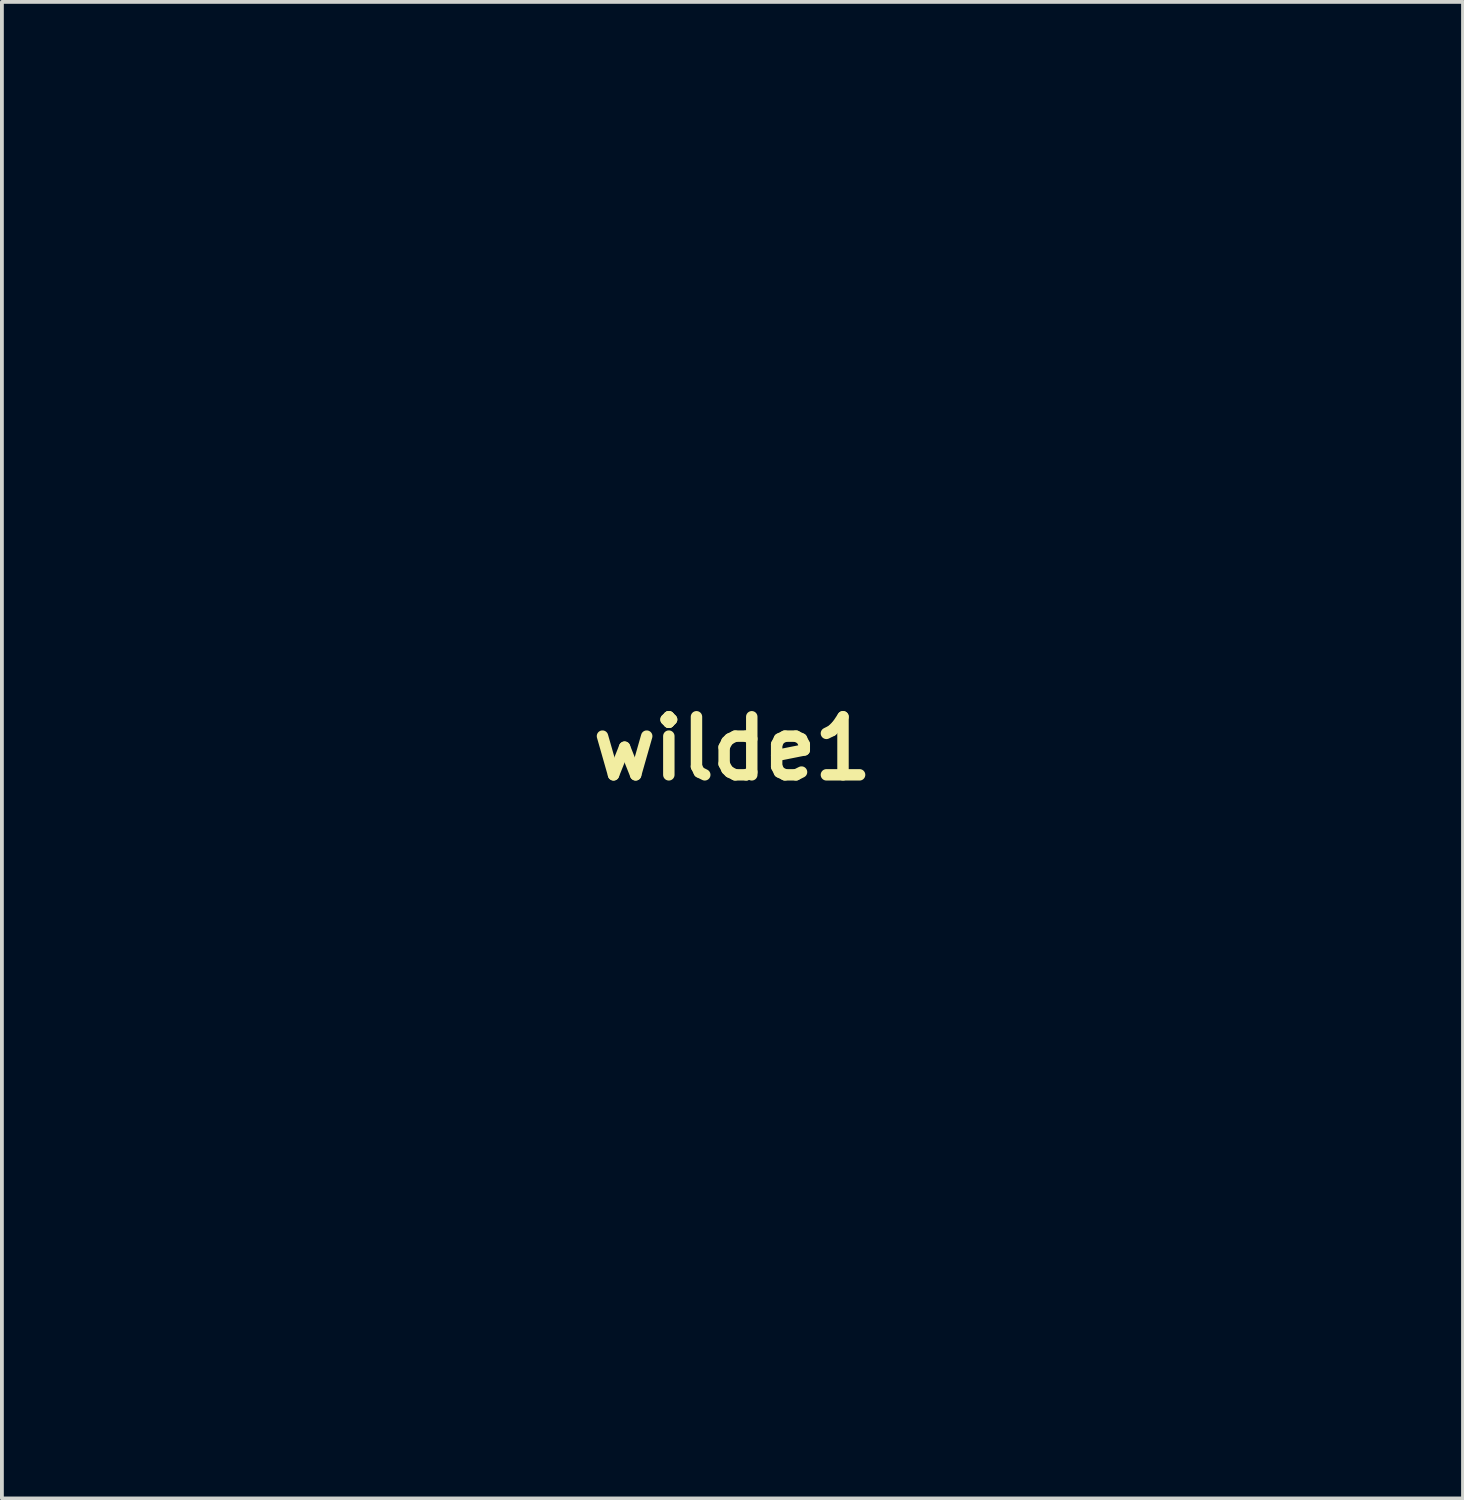
<source format=kicad_pcb>
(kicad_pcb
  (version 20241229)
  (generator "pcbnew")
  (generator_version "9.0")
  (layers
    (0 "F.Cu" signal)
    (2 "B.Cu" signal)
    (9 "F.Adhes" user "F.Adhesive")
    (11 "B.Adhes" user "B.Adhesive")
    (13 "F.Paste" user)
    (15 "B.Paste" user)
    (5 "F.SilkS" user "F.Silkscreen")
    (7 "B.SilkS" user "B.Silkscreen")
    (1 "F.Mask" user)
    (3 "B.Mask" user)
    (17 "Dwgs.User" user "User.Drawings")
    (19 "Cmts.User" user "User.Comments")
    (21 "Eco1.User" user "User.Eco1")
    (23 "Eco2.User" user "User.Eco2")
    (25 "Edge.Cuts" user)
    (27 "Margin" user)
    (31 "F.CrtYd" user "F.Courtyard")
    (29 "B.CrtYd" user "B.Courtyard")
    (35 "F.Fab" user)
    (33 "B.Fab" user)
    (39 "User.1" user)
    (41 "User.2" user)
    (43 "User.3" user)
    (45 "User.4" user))
  (footprint "wilde1"
    (layer "F.Cu")
    (at 16.176 16.6)
    (property "Reference" "wilde1" (at 0 0 0) (layer "F.SilkS") (effects (font (size 1.524 1.524) (thickness 0.3))))
    (attr through_hole)
    (fp_poly (pts (xy -6.604 -10.541) (xy -6.646 -10.499) (xy -6.689 -10.541) (xy -6.646 -10.583) (xy -6.604 -10.541)) (stroke (width 0.01) (type solid)) (fill no) (layer "Eco2.User"))
    (fp_poly (pts (xy -6.435 -10.626) (xy -6.477 -10.583) (xy -6.519 -10.626) (xy -6.477 -10.668) (xy -6.435 -10.626)) (stroke (width 0.01) (type solid)) (fill no) (layer "Eco2.User"))
    (fp_poly (pts (xy -2.879 -11.134) (xy -2.921 -11.091) (xy -2.963 -11.134) (xy -2.921 -11.176) (xy -2.879 -11.134)) (stroke (width 0.01) (type solid)) (fill no) (layer "Eco2.User"))
    (fp_poly (pts (xy 4.403 10.88) (xy 4.36 10.922) (xy 4.318 10.88) (xy 4.36 10.837) (xy 4.403 10.88)) (stroke (width 0.01) (type solid)) (fill no) (layer "Eco2.User"))
    (fp_poly (pts (xy 4.911 -5.969) (xy 4.868 -5.927) (xy 4.826 -5.969) (xy 4.868 -6.011) (xy 4.911 -5.969)) (stroke (width 0.01) (type solid)) (fill no) (layer "Eco2.User"))
    (fp_poly (pts (xy 7.959 4.699) (xy 7.916 4.741) (xy 7.874 4.699) (xy 7.916 4.657) (xy 7.959 4.699)) (stroke (width 0.01) (type solid)) (fill no) (layer "Eco2.User"))
    (fp_poly (pts (xy 7.959 11.557) (xy 7.916 11.599) (xy 7.874 11.557) (xy 7.916 11.515) (xy 7.959 11.557)) (stroke (width 0.01) (type solid)) (fill no) (layer "Eco2.User"))
    (fp_poly (pts (xy 11.853 3.09) (xy 11.811 3.133) (xy 11.769 3.09) (xy 11.811 3.048) (xy 11.853 3.09)) (stroke (width 0.01) (type solid)) (fill no) (layer "Eco2.User"))
    (fp_poly (pts (xy -3.076 -11.148) (xy -3.088 -11.097) (xy -3.133 -11.091) (xy -3.202 -11.122) (xy -3.189 -11.148) (xy -3.089 -11.158) (xy -3.076 -11.148)) (stroke (width 0.01) (type solid)) (fill no) (layer "Eco2.User"))
    (fp_poly (pts (xy 1.496 9.172) (xy 1.484 9.223) (xy 1.439 9.229) (xy 1.37 9.198) (xy 1.383 9.172) (xy 1.483 9.162) (xy 1.496 9.172)) (stroke (width 0.01) (type solid)) (fill no) (layer "Eco2.User"))
    (fp_poly (pts (xy 14.534 2.399) (xy 14.545 2.499) (xy 14.534 2.512) (xy 14.484 2.5) (xy 14.478 2.455) (xy 14.509 2.386) (xy 14.534 2.399)) (stroke (width 0.01) (type solid)) (fill no) (layer "Eco2.User"))
    (fp_poly (pts (xy 14.794 2.235) (xy 14.768 2.273) (xy 14.683 2.279) (xy 14.592 2.259) (xy 14.631 2.228) (xy 14.764 2.218) (xy 14.794 2.235)) (stroke (width 0.01) (type solid)) (fill no) (layer "Eco2.User"))
    (fp_poly (pts (xy 0.128 5.916) (xy 0.052 6.003) (xy -0.075 6.056) (xy -0.125 6.015) (xy -0.108 5.915) (xy -0.044 5.873) (xy 0.105 5.85) (xy 0.128 5.916)) (stroke (width 0.01) (type solid)) (fill no) (layer "Eco2.User"))
    (fp_poly (pts (xy -5.258 -7.128) (xy -5.249 -7.07) (xy -5.301 -6.953) (xy -5.418 -6.974) (xy -5.445 -6.997) (xy -5.462 -7.102) (xy -5.376 -7.188) (xy -5.329 -7.197) (xy -5.258 -7.128)) (stroke (width 0.01) (type solid)) (fill no) (layer "Eco2.User"))
    (fp_poly (pts (xy -1.016 6.054) (xy -0.935 6.13) (xy -0.931 6.143) (xy -0.997 6.18) (xy -1.016 6.181) (xy -1.097 6.116) (xy -1.101 6.091) (xy -1.049 6.04) (xy -1.016 6.054)) (stroke (width 0.01) (type solid)) (fill no) (layer "Eco2.User"))
    (fp_poly (pts (xy 0.735 9.961) (xy 0.72 9.991) (xy 0.64 10.072) (xy 0.625 10.075) (xy 0.619 10.021) (xy 0.635 9.991) (xy 0.715 9.91) (xy 0.73 9.906) (xy 0.735 9.961)) (stroke (width 0.01) (type solid)) (fill no) (layer "Eco2.User"))
    (fp_poly (pts (xy 6.858 7.849) (xy 7.007 7.905) (xy 6.99 7.944) (xy 6.811 7.959) (xy 6.811 7.959) (xy 6.667 7.934) (xy 6.641 7.882) (xy 6.751 7.838) (xy 6.858 7.849)) (stroke (width 0.01) (type solid)) (fill no) (layer "Eco2.User"))
    (fp_poly (pts (xy 7.451 1.862) (xy 7.493 1.946) (xy 7.426 2.063) (xy 7.284 2.107) (xy 7.171 2.063) (xy 7.105 1.918) (xy 7.175 1.811) (xy 7.303 1.793) (xy 7.451 1.862)) (stroke (width 0.01) (type solid)) (fill no) (layer "Eco2.User"))
    (fp_poly (pts (xy 7.454 14.988) (xy 7.53 15.162) (xy 7.483 15.238) (xy 7.46 15.24) (xy 7.369 15.172) (xy 7.331 15.101) (xy 7.309 14.952) (xy 7.365 14.907) (xy 7.454 14.988)) (stroke (width 0.01) (type solid)) (fill no) (layer "Eco2.User"))
    (fp_poly (pts (xy 7.911 7.907) (xy 7.916 7.959) (xy 7.794 8.037) (xy 7.742 8.043) (xy 7.633 7.996) (xy 7.62 7.959) (xy 7.691 7.891) (xy 7.794 7.874) (xy 7.911 7.907)) (stroke (width 0.01) (type solid)) (fill no) (layer "Eco2.User"))
    (fp_poly (pts (xy 8.303 12.577) (xy 8.372 12.682) (xy 8.371 12.809) (xy 8.302 12.869) (xy 8.188 12.808) (xy 8.17 12.785) (xy 8.154 12.659) (xy 8.221 12.571) (xy 8.303 12.577)) (stroke (width 0.01) (type solid)) (fill no) (layer "Eco2.User"))
    (fp_poly (pts (xy 1.341 9.78) (xy 1.355 9.812) (xy 1.285 9.908) (xy 1.13 9.944) (xy 1.037 9.929) (xy 0.968 9.85) (xy 0.978 9.814) (xy 1.083 9.752) (xy 1.232 9.74) (xy 1.341 9.78)) (stroke (width 0.01) (type solid)) (fill no) (layer "Eco2.User"))
    (fp_poly (pts (xy 3.618 -8.925) (xy 3.651 -8.869) (xy 3.684 -8.656) (xy 3.651 -8.572) (xy 3.58 -8.469) (xy 3.533 -8.517) (xy 3.51 -8.572) (xy 3.49 -8.779) (xy 3.51 -8.869) (xy 3.563 -8.972) (xy 3.618 -8.925)) (stroke (width 0.01) (type solid)) (fill no) (layer "Eco2.User"))
    (fp_poly (pts (xy 4.663 10.842) (xy 4.683 10.947) (xy 4.698 11.027) (xy 4.685 11.176) (xy 4.611 11.229) (xy 4.527 11.155) (xy 4.518 11.133) (xy 4.52 10.965) (xy 4.561 10.899) (xy 4.647 10.835) (xy 4.663 10.842)) (stroke (width 0.01) (type solid)) (fill no) (layer "Eco2.User"))
    (fp_poly (pts (xy 5.426 2.605) (xy 5.448 2.744) (xy 5.386 2.871) (xy 5.385 2.872) (xy 5.268 2.926) (xy 5.23 2.915) (xy 5.209 2.806) (xy 5.245 2.653) (xy 5.311 2.548) (xy 5.335 2.54) (xy 5.426 2.605)) (stroke (width 0.01) (type solid)) (fill no) (layer "Eco2.User"))
    (fp_poly (pts (xy 6.896 6.717) (xy 6.907 6.839) (xy 6.895 7.073) (xy 6.825 7.159) (xy 6.688 7.111) (xy 6.613 7.013) (xy 6.638 6.838) (xy 6.651 6.799) (xy 6.75 6.607) (xy 6.837 6.58) (xy 6.896 6.717)) (stroke (width 0.01) (type solid)) (fill no) (layer "Eco2.User"))
    (fp_poly (pts (xy 7.493 4.937) (xy 7.712 4.962) (xy 7.78 5.017) (xy 7.714 5.121) (xy 7.688 5.148) (xy 7.512 5.241) (xy 7.339 5.217) (xy 7.248 5.115) (xy 7.207 4.988) (xy 7.244 4.936) (xy 7.396 4.932) (xy 7.493 4.937)) (stroke (width 0.01) (type solid)) (fill no) (layer "Eco2.User"))
    (fp_poly (pts (xy 7.924 9.614) (xy 7.969 9.651) (xy 8.102 9.774) (xy 8.112 9.853) (xy 8.007 9.948) (xy 8.006 9.948) (xy 7.842 10.056) (xy 7.731 10.052) (xy 7.637 9.974) (xy 7.541 9.79) (xy 7.612 9.614) (xy 7.651 9.576) (xy 7.771 9.534) (xy 7.924 9.614)) (stroke (width 0.01) (type solid)) (fill no) (layer "Eco2.User"))
    (fp_poly (pts (xy 1.204 7.879) (xy 1.217 8.068) (xy 1.185 8.215) (xy 1.085 8.423) (xy 0.93 8.599) (xy 0.761 8.715) (xy 0.615 8.744) (xy 0.538 8.676) (xy 0.519 8.508) (xy 0.54 8.279) (xy 0.541 8.275) (xy 0.643 8.032) (xy 0.853 7.885) (xy 1.084 7.819) (xy 1.204 7.879)) (stroke (width 0.01) (type solid)) (fill no) (layer "Eco2.User"))
    (fp_poly (pts (xy -0.484 6.551) (xy -0.231 6.655) (xy -0.068 6.845) (xy 0.087 7.024) (xy 0.245 7.11) (xy 0.265 7.112) (xy 0.425 7.175) (xy 0.494 7.318) (xy 0.437 7.471) (xy 0.434 7.474) (xy 0.32 7.519) (xy 0.142 7.455) (xy 0.087 7.423) (xy -0.089 7.33) (xy -0.198 7.331) (xy -0.316 7.428) (xy -0.326 7.438) (xy -0.48 7.538) (xy -0.589 7.538) (xy -0.638 7.455) (xy -0.559 7.344) (xy -0.475 7.227) (xy -0.525 7.134) (xy -0.543 7.118) (xy -0.64 6.968) (xy -0.695 6.773) (xy -0.706 6.6) (xy -0.633 6.544) (xy -0.484 6.551)) (stroke (width 0.01) (type solid)) (fill no) (layer "Eco2.User"))
    (fp_poly (pts (xy -2.471 -10.013) (xy -2.319 -9.934) (xy -2.171 -9.784) (xy -2.119 -9.559) (xy -2.117 -9.483) (xy -2.083 -9.235) (xy -1.997 -9.066) (xy -1.988 -9.058) (xy -1.901 -8.887) (xy -1.918 -8.772) (xy -1.963 -8.453) (xy -1.893 -8.175) (xy -1.818 -8.071) (xy -1.735 -7.938) (xy -1.785 -7.823) (xy -1.872 -7.724) (xy -1.936 -7.727) (xy -2.007 -7.772) (xy -2.068 -7.883) (xy -2.135 -8.114) (xy -2.194 -8.42) (xy -2.202 -8.469) (xy -2.257 -8.801) (xy -2.315 -9.085) (xy -2.364 -9.262) (xy -2.368 -9.271) (xy -2.475 -9.55) (xy -2.549 -9.801) (xy -2.576 -9.975) (xy -2.566 -10.021) (xy -2.471 -10.013)) (stroke (width 0.01) (type solid)) (fill no) (layer "Eco2.User"))
    (fp_poly (pts (xy 16.171 16.679) (xy 13.271 16.669) (xy 12.488 16.666) (xy 11.862 16.66) (xy 11.381 16.653) (xy 11.034 16.643) (xy 10.808 16.63) (xy 10.692 16.613) (xy 10.674 16.592) (xy 10.741 16.566) (xy 10.753 16.563) (xy 11.002 16.493) (xy 11.187 16.427) (xy 11.229 16.406) (xy 11.353 16.367) (xy 11.599 16.319) (xy 11.916 16.271) (xy 11.991 16.261) (xy 12.343 16.212) (xy 12.753 16.144) (xy 13.184 16.067) (xy 13.6 15.986) (xy 13.962 15.909) (xy 14.236 15.844) (xy 14.383 15.796) (xy 14.39 15.793) (xy 14.503 15.761) (xy 14.745 15.717) (xy 15.075 15.667) (xy 15.32 15.634) (xy 16.171 15.524) (xy 16.171 16.679)) (stroke (width 0.01) (type solid)) (fill no) (layer "Eco2.User"))
    (fp_poly (pts (xy -4.457 -9.241) (xy -4.016 -9.152) (xy -3.893 -9.106) (xy -3.344 -8.799) (xy -2.891 -8.41) (xy -2.648 -8.098) (xy -2.549 -7.923) (xy -2.482 -7.741) (xy -2.439 -7.511) (xy -2.411 -7.189) (xy -2.392 -6.82) (xy -2.377 -6.404) (xy -2.377 -6.118) (xy -2.398 -5.922) (xy -2.443 -5.777) (xy -2.52 -5.642) (xy -2.554 -5.591) (xy -2.816 -5.342) (xy -3.206 -5.146) (xy -3.69 -5.009) (xy -4.232 -4.938) (xy -4.798 -4.94) (xy -5.353 -5.022) (xy -5.386 -5.03) (xy -5.867 -5.179) (xy -6.312 -5.373) (xy -6.668 -5.589) (xy -6.788 -5.691) (xy -7.197 -6.182) (xy -7.441 -6.703) (xy -7.503 -7.144) (xy -5.978 -7.144) (xy -5.938 -6.78) (xy -5.752 -6.451) (xy -5.416 -6.121) (xy -5.053 -5.957) (xy -4.655 -5.956) (xy -4.368 -6.045) (xy -4.168 -6.181) (xy -3.983 -6.392) (xy -3.838 -6.632) (xy -3.761 -6.858) (xy -3.777 -7.023) (xy -3.794 -7.046) (xy -3.874 -7.205) (xy -3.895 -7.349) (xy -3.966 -7.652) (xy -4.15 -7.929) (xy -4.399 -8.113) (xy -4.432 -8.126) (xy -4.876 -8.206) (xy -5.277 -8.133) (xy -5.611 -7.918) (xy -5.854 -7.57) (xy -5.862 -7.552) (xy -5.978 -7.144) (xy -7.503 -7.144) (xy -7.519 -7.258) (xy -7.454 -7.777) (xy -7.268 -8.209) (xy -6.945 -8.596) (xy -6.516 -8.91) (xy -6.041 -9.112) (xy -5.526 -9.221) (xy -4.98 -9.264) (xy -4.457 -9.241)) (stroke (width 0.01) (type solid)) (fill no) (layer "Eco2.User"))
    (fp_poly (pts (xy 4.946 -11.046) (xy 5.204 -11.031) (xy 5.384 -10.993) (xy 5.532 -10.921) (xy 5.693 -10.804) (xy 5.735 -10.771) (xy 6.067 -10.406) (xy 6.294 -9.943) (xy 6.416 -9.419) (xy 6.43 -8.871) (xy 6.334 -8.337) (xy 6.127 -7.853) (xy 5.901 -7.55) (xy 5.654 -7.329) (xy 5.306 -7.077) (xy 4.915 -6.831) (xy 4.653 -6.687) (xy 4.34 -6.586) (xy 3.926 -6.532) (xy 3.475 -6.526) (xy 3.05 -6.571) (xy 2.794 -6.635) (xy 2.629 -6.713) (xy 2.489 -6.841) (xy 2.343 -7.055) (xy 2.173 -7.37) (xy 2.012 -7.692) (xy 1.919 -7.929) (xy 1.878 -8.144) (xy 1.874 -8.403) (xy 1.886 -8.636) (xy 1.921 -8.966) (xy 3.18 -8.966) (xy 3.201 -8.616) (xy 3.224 -8.524) (xy 3.401 -8.161) (xy 3.696 -7.918) (xy 4.099 -7.8) (xy 4.292 -7.789) (xy 4.575 -7.8) (xy 4.769 -7.853) (xy 4.947 -7.981) (xy 5.1 -8.128) (xy 5.292 -8.33) (xy 5.385 -8.48) (xy 5.404 -8.644) (xy 5.379 -8.858) (xy 5.327 -9.166) (xy 5.26 -9.368) (xy 5.142 -9.526) (xy 4.937 -9.703) (xy 4.841 -9.778) (xy 4.496 -9.992) (xy 4.19 -10.051) (xy 3.898 -9.952) (xy 3.593 -9.692) (xy 3.543 -9.637) (xy 3.29 -9.291) (xy 3.18 -8.966) (xy 1.921 -8.966) (xy 1.931 -9.06) (xy 2.017 -9.384) (xy 2.146 -9.652) (xy 2.409 -10.047) (xy 2.695 -10.379) (xy 2.973 -10.614) (xy 3.189 -10.718) (xy 3.426 -10.81) (xy 3.586 -10.912) (xy 3.708 -10.981) (xy 3.904 -11.023) (xy 4.208 -11.044) (xy 4.563 -11.049) (xy 4.946 -11.046)) (stroke (width 0.01) (type solid)) (fill no) (layer "Eco2.User"))
    (fp_poly (pts (xy -0.518 7.898) (xy -0.51 7.902) (xy -0.333 7.983) (xy -0.245 8.066) (xy -0.215 8.209) (xy -0.212 8.446) (xy -0.185 8.716) (xy -0.114 8.856) (xy -0.016 8.852) (xy 0.094 8.692) (xy 0.172 8.546) (xy 0.249 8.543) (xy 0.36 8.638) (xy 0.471 8.8) (xy 0.48 8.925) (xy 0.502 9.071) (xy 0.575 9.139) (xy 0.665 9.204) (xy 0.601 9.224) (xy 0.54 9.226) (xy 0.348 9.279) (xy 0.264 9.343) (xy 0.223 9.509) (xy 0.266 9.743) (xy 0.372 9.983) (xy 0.518 10.167) (xy 0.583 10.212) (xy 0.706 10.282) (xy 0.685 10.321) (xy 0.533 10.358) (xy 0.291 10.452) (xy 0.085 10.583) (xy -0.127 10.755) (xy 0.064 10.916) (xy 0.214 11.061) (xy 0.226 11.16) (xy 0.092 11.255) (xy -0.021 11.309) (xy -0.245 11.416) (xy -0.416 11.507) (xy -0.423 11.512) (xy -0.688 11.648) (xy -1.034 11.79) (xy -1.378 11.903) (xy -1.439 11.919) (xy -1.617 11.98) (xy -1.705 12.074) (xy -1.717 12.244) (xy -1.664 12.528) (xy -1.653 12.58) (xy -1.641 12.831) (xy -1.719 12.967) (xy -1.84 13.149) (xy -1.875 13.253) (xy -1.967 13.378) (xy -2.201 13.492) (xy -2.37 13.547) (xy -2.614 13.627) (xy -2.793 13.724) (xy -2.947 13.873) (xy -3.115 14.109) (xy -3.271 14.362) (xy -3.324 14.422) (xy -3.362 14.373) (xy -3.393 14.195) (xy -3.416 13.97) (xy -3.471 13.364) (xy -3.508 12.899) (xy -3.528 12.549) (xy -3.528 12.285) (xy -3.506 12.08) (xy -3.462 11.908) (xy -3.394 11.741) (xy -3.3 11.551) (xy -3.281 11.515) (xy -3.041 11.057) (xy -2.856 10.733) (xy -2.712 10.523) (xy -2.597 10.406) (xy -2.526 10.368) (xy -2.412 10.272) (xy -2.265 10.071) (xy -2.156 9.881) (xy -1.932 9.498) (xy -1.727 9.258) (xy -1.522 9.142) (xy -1.479 9.131) (xy -1.379 9.076) (xy -1.33 8.93) (xy -1.315 8.7) (xy -1.293 8.431) (xy -1.212 8.248) (xy -1.036 8.072) (xy -1.015 8.055) (xy -0.816 7.906) (xy -0.671 7.86) (xy -0.518 7.898)) (stroke (width 0.01) (type solid)) (fill no) (layer "Eco2.User"))
    (fp_poly (pts (xy 6.39 10.347) (xy 6.637 10.441) (xy 6.82 10.615) (xy 6.897 10.82) (xy 6.889 10.893) (xy 6.875 11.112) (xy 6.902 11.239) (xy 6.945 11.414) (xy 6.977 11.672) (xy 6.983 11.769) (xy 6.952 12.112) (xy 6.832 12.344) (xy 6.634 12.444) (xy 6.594 12.446) (xy 6.44 12.514) (xy 6.34 12.636) (xy 6.218 12.806) (xy 6.029 13.007) (xy 5.821 13.196) (xy 5.638 13.332) (xy 5.539 13.374) (xy 5.431 13.453) (xy 5.313 13.653) (xy 5.212 13.931) (xy 5.211 13.934) (xy 5.138 14.058) (xy 4.982 14.081) (xy 4.912 14.073) (xy 4.701 13.991) (xy 4.611 13.876) (xy 4.528 13.739) (xy 4.442 13.737) (xy 4.403 13.869) (xy 4.354 14.06) (xy 4.287 14.18) (xy 4.209 14.362) (xy 4.208 14.475) (xy 4.178 14.63) (xy 4.081 14.759) (xy 3.952 14.958) (xy 3.984 15.162) (xy 4.173 15.354) (xy 4.357 15.457) (xy 4.585 15.554) (xy 4.713 15.576) (xy 4.79 15.526) (xy 4.812 15.497) (xy 4.904 15.417) (xy 4.973 15.47) (xy 5.096 15.573) (xy 5.291 15.674) (xy 5.499 15.749) (xy 5.659 15.775) (xy 5.711 15.755) (xy 5.82 15.712) (xy 5.927 15.723) (xy 6.061 15.723) (xy 6.096 15.679) (xy 6.023 15.605) (xy 5.87 15.563) (xy 5.664 15.51) (xy 5.601 15.432) (xy 5.66 15.347) (xy 5.821 15.273) (xy 6.062 15.229) (xy 6.245 15.225) (xy 6.431 15.219) (xy 6.49 15.157) (xy 6.471 15.034) (xy 6.481 14.834) (xy 6.604 14.727) (xy 6.798 14.735) (xy 6.918 14.794) (xy 7.049 14.91) (xy 7.036 15.016) (xy 7.022 15.035) (xy 6.968 15.185) (xy 7.061 15.291) (xy 7.244 15.325) (xy 7.4 15.347) (xy 7.449 15.388) (xy 7.399 15.534) (xy 7.294 15.63) (xy 7.214 15.632) (xy 7.058 15.611) (xy 6.912 15.687) (xy 6.858 15.799) (xy 6.934 15.89) (xy 7.112 15.917) (xy 7.294 15.936) (xy 7.375 15.981) (xy 7.375 15.981) (xy 7.401 16.261) (xy 7.4 16.501) (xy 7.376 16.652) (xy 7.351 16.679) (xy 7.266 16.611) (xy 7.181 16.468) (xy 7.07 16.291) (xy 6.965 16.28) (xy 6.872 16.398) (xy 6.815 16.46) (xy 6.707 16.5) (xy 6.518 16.521) (xy 6.217 16.526) (xy 5.83 16.521) (xy 5.176 16.489) (xy 4.618 16.412) (xy 4.087 16.274) (xy 3.556 16.083) (xy 3.306 15.957) (xy 3.007 15.77) (xy 2.694 15.546) (xy 2.398 15.312) (xy 2.154 15.094) (xy 1.993 14.917) (xy 1.947 14.821) (xy 2.019 14.645) (xy 2.208 14.444) (xy 2.475 14.256) (xy 2.54 14.221) (xy 2.873 14.014) (xy 3.147 13.776) (xy 3.328 13.542) (xy 3.385 13.367) (xy 3.434 13.156) (xy 3.515 13.039) (xy 4.064 13.039) (xy 4.135 13.108) (xy 4.228 13.123) (xy 4.39 13.084) (xy 4.445 13.039) (xy 4.415 12.976) (xy 4.281 12.954) (xy 4.119 12.982) (xy 4.064 13.039) (xy 3.515 13.039) (xy 3.518 13.035) (xy 3.607 12.899) (xy 3.607 12.82) (xy 3.628 12.68) (xy 3.679 12.618) (xy 3.756 12.466) (xy 3.751 12.367) (xy 3.765 12.184) (xy 3.848 11.999) (xy 3.94 11.81) (xy 3.961 11.673) (xy 4.005 11.57) (xy 4.057 11.557) (xy 4.154 11.629) (xy 4.192 11.758) (xy 4.261 11.949) (xy 4.354 12.041) (xy 4.445 12.11) (xy 4.428 12.192) (xy 4.318 12.319) (xy 4.197 12.484) (xy 4.198 12.626) (xy 4.226 12.686) (xy 4.373 12.853) (xy 4.554 12.927) (xy 4.711 12.891) (xy 4.758 12.837) (xy 4.879 12.72) (xy 4.95 12.7) (xy 5.069 12.63) (xy 5.21 12.459) (xy 5.292 12.319) (xy 6.604 12.319) (xy 6.646 12.361) (xy 6.689 12.319) (xy 6.646 12.277) (xy 6.604 12.319) (xy 5.292 12.319) (xy 5.336 12.244) (xy 5.411 12.042) (xy 5.416 12.003) (xy 5.792 12.003) (xy 5.803 12.029) (xy 5.873 12.102) (xy 5.898 12.015) (xy 5.898 11.984) (xy 5.861 11.899) (xy 5.827 11.905) (xy 5.792 12.003) (xy 5.416 12.003) (xy 5.419 11.98) (xy 5.477 11.824) (xy 5.62 11.644) (xy 5.638 11.627) (xy 5.776 11.456) (xy 5.814 11.312) (xy 5.811 11.301) (xy 5.817 11.205) (xy 5.859 11.198) (xy 5.939 11.138) (xy 6.016 10.965) (xy 6.032 10.909) (xy 6.146 10.65) (xy 6.293 10.549) (xy 6.415 10.499) (xy 6.385 10.437) (xy 6.35 10.41) (xy 6.278 10.346) (xy 6.357 10.342) (xy 6.39 10.347)) (stroke (width 0.01) (type solid)) (fill no) (layer "Eco2.User"))
    (fp_poly (pts (xy -15.263 -16.59) (xy -15.076 -16.568) (xy -14.974 -16.515) (xy -14.915 -16.418) (xy -14.901 -16.383) (xy -14.8 -16.211) (xy -14.706 -16.187) (xy -14.651 -16.311) (xy -14.647 -16.383) (xy -14.647 -16.595) (xy -11.859 -16.595) (xy -11.569 -16.305) (xy -11.265 -16.072) (xy -10.913 -15.96) (xy -10.892 -15.957) (xy -10.55 -15.864) (xy -10.354 -15.704) (xy -10.29 -15.465) (xy -10.226 -15.306) (xy -10.139 -15.256) (xy -10.013 -15.288) (xy -9.991 -15.361) (xy -9.924 -15.477) (xy -9.859 -15.494) (xy -9.669 -15.45) (xy -9.449 -15.345) (xy -9.269 -15.219) (xy -9.205 -15.136) (xy -9.145 -15.071) (xy -9.018 -15.116) (xy -8.987 -15.134) (xy -8.774 -15.219) (xy -8.637 -15.24) (xy -8.502 -15.297) (xy -8.468 -15.426) (xy -8.533 -15.56) (xy -8.636 -15.621) (xy -8.775 -15.735) (xy -8.793 -15.91) (xy -8.683 -16.082) (xy -8.678 -16.087) (xy -8.57 -16.254) (xy -8.551 -16.351) (xy -8.495 -16.483) (xy -8.424 -16.51) (xy -8.312 -16.464) (xy -8.297 -16.425) (xy -8.228 -16.352) (xy -8.161 -16.341) (xy -8.067 -16.298) (xy -8.054 -16.144) (xy -8.061 -16.087) (xy -8.072 -15.913) (xy -8.002 -15.844) (xy -7.823 -15.833) (xy -7.586 -15.874) (xy -7.409 -15.971) (xy -7.331 -16.071) (xy -7.346 -16.168) (xy -7.469 -16.315) (xy -7.504 -16.352) (xy -7.736 -16.595) (xy -3.212 -16.586) (xy -2.224 -16.585) (xy -1.394 -16.582) (xy -0.71 -16.579) (xy -0.16 -16.575) (xy 0.268 -16.569) (xy 0.585 -16.561) (xy 0.803 -16.551) (xy 0.934 -16.538) (xy 0.989 -16.521) (xy 0.981 -16.5) (xy 0.921 -16.476) (xy 0.82 -16.446) (xy 0.791 -16.438) (xy 0.489 -16.343) (xy 0.238 -16.237) (xy 0.113 -16.161) (xy -0.075 -16.066) (xy -0.385 -15.987) (xy -0.769 -15.931) (xy -1.178 -15.908) (xy -1.294 -15.908) (xy -1.551 -15.879) (xy -1.663 -15.79) (xy -1.728 -15.723) (xy -1.88 -15.692) (xy -2.153 -15.691) (xy -2.29 -15.698) (xy -2.683 -15.702) (xy -2.935 -15.66) (xy -3.022 -15.615) (xy -3.211 -15.535) (xy -3.46 -15.497) (xy -3.475 -15.497) (xy -3.744 -15.453) (xy -4.04 -15.349) (xy -4.11 -15.315) (xy -4.516 -15.102) (xy -4.816 -14.958) (xy -5.052 -14.866) (xy -5.263 -14.81) (xy -5.43 -14.781) (xy -5.708 -14.711) (xy -5.924 -14.602) (xy -5.969 -14.562) (xy -6.12 -14.445) (xy -6.37 -14.293) (xy -6.662 -14.144) (xy -7.098 -13.885) (xy -7.542 -13.528) (xy -7.939 -13.123) (xy -8.228 -12.726) (xy -8.41 -12.352) (xy -8.554 -11.938) (xy -8.652 -11.525) (xy -8.695 -11.154) (xy -8.677 -10.864) (xy -8.622 -10.73) (xy -8.462 -10.615) (xy -8.233 -10.546) (xy -8.228 -10.545) (xy -7.928 -10.464) (xy -7.747 -10.322) (xy -7.705 -10.192) (xy -7.68 -10.091) (xy -7.579 -10.098) (xy -7.455 -10.158) (xy -7.296 -10.186) (xy -7.118 -10.08) (xy -7.109 -10.073) (xy -6.94 -9.965) (xy -6.815 -9.992) (xy -6.808 -9.997) (xy -6.735 -10.134) (xy -6.742 -10.2) (xy -6.721 -10.338) (xy -6.681 -10.376) (xy -6.617 -10.392) (xy -6.635 -10.348) (xy -6.638 -10.233) (xy -6.612 -10.207) (xy -6.529 -10.232) (xy -6.493 -10.307) (xy -6.461 -10.412) (xy -6.448 -10.352) (xy -6.444 -10.308) (xy -6.394 -10.188) (xy -6.312 -10.166) (xy -6.264 -10.258) (xy -6.264 -10.266) (xy -6.24 -10.322) (xy -6.201 -10.278) (xy -6.086 -10.191) (xy -5.879 -10.092) (xy -5.821 -10.07) (xy -5.594 -9.968) (xy -5.512 -9.885) (xy -5.582 -9.832) (xy -5.713 -9.821) (xy -5.909 -9.778) (xy -6.189 -9.666) (xy -6.5 -9.513) (xy -6.786 -9.347) (xy -6.992 -9.195) (xy -7.027 -9.16) (xy -7.191 -9.01) (xy -7.387 -8.867) (xy -7.548 -8.739) (xy -7.62 -8.634) (xy -7.62 -8.629) (xy -7.653 -8.507) (xy -7.737 -8.291) (xy -7.801 -8.146) (xy -7.89 -7.924) (xy -7.938 -7.711) (xy -7.952 -7.453) (xy -7.938 -7.093) (xy -7.933 -7.001) (xy -7.904 -6.631) (xy -7.867 -6.386) (xy -7.809 -6.225) (xy -7.719 -6.102) (xy -7.659 -6.043) (xy -7.501 -5.841) (xy -7.474 -5.679) (xy -7.462 -5.564) (xy -7.334 -5.477) (xy -7.186 -5.425) (xy -6.967 -5.339) (xy -6.873 -5.229) (xy -6.858 -5.119) (xy -6.821 -4.957) (xy -6.752 -4.9) (xy -6.59 -4.886) (xy -6.422 -4.875) (xy -6.202 -4.825) (xy -6.07 -4.755) (xy -5.821 -4.621) (xy -5.447 -4.535) (xy -4.93 -4.495) (xy -4.714 -4.491) (xy -4.108 -4.507) (xy -3.615 -4.564) (xy -3.255 -4.657) (xy -3.07 -4.76) (xy -2.862 -4.894) (xy -2.731 -4.949) (xy -2.583 -5.023) (xy -2.54 -5.085) (xy -2.47 -5.164) (xy -2.295 -5.264) (xy -2.247 -5.285) (xy -2.069 -5.383) (xy -1.952 -5.52) (xy -1.887 -5.726) (xy -1.866 -6.031) (xy -1.882 -6.465) (xy -1.893 -6.622) (xy -1.914 -6.997) (xy -1.912 -7.227) (xy -1.884 -7.333) (xy -1.843 -7.345) (xy -1.734 -7.224) (xy -1.649 -6.953) (xy -1.592 -6.551) (xy -1.568 -6.054) (xy -1.554 -5.703) (xy -1.526 -5.394) (xy -1.489 -5.186) (xy -1.483 -5.165) (xy -1.432 -4.948) (xy -1.428 -4.808) (xy -1.37 -4.677) (xy -1.152 -4.6) (xy -0.91 -4.577) (xy -0.662 -4.558) (xy -0.542 -4.511) (xy -0.508 -4.418) (xy -0.508 -4.405) (xy -0.451 -4.227) (xy -0.402 -4.161) (xy -0.31 -4.029) (xy -0.296 -3.975) (xy -0.236 -3.913) (xy -0.212 -3.916) (xy -0.14 -4.003) (xy -0.139 -4.043) (xy -0.138 -4.115) (xy -0.086 -4.14) (xy 0.056 -4.12) (xy 0.276 -4.071) (xy 0.512 -4.039) (xy 0.639 -4.071) (xy 0.643 -4.077) (xy 0.739 -4.101) (xy 0.812 -4.058) (xy 0.922 -3.922) (xy 0.869 -3.833) (xy 0.717 -3.794) (xy 0.566 -3.746) (xy 0.527 -3.683) (xy 0.617 -3.619) (xy 0.688 -3.617) (xy 0.846 -3.573) (xy 0.972 -3.473) (xy 1.061 -3.355) (xy 1.059 -3.25) (xy 0.961 -3.09) (xy 0.937 -3.056) (xy 0.774 -2.885) (xy 0.636 -2.848) (xy 0.632 -2.849) (xy 0.531 -2.833) (xy 0.508 -2.718) (xy 0.549 -2.565) (xy 0.65 -2.553) (xy 0.704 -2.594) (xy 0.808 -2.617) (xy 1.038 -2.631) (xy 1.353 -2.634) (xy 1.486 -2.631) (xy 1.939 -2.637) (xy 2.237 -2.681) (xy 2.288 -2.709) (xy 2.709 -2.709) (xy 2.774 -2.627) (xy 2.794 -2.625) (xy 2.876 -2.689) (xy 2.879 -2.709) (xy 2.814 -2.792) (xy 2.794 -2.794) (xy 2.712 -2.73) (xy 2.709 -2.709) (xy 2.288 -2.709) (xy 2.39 -2.766) (xy 2.409 -2.897) (xy 2.401 -2.921) (xy 2.406 -3.076) (xy 2.467 -3.232) (xy 2.542 -3.401) (xy 2.558 -3.493) (xy 2.593 -3.552) (xy 2.754 -3.513) (xy 2.932 -3.43) (xy 3.199 -3.319) (xy 3.349 -3.328) (xy 3.387 -3.424) (xy 3.446 -3.576) (xy 3.586 -3.606) (xy 3.686 -3.553) (xy 3.861 -3.489) (xy 4.017 -3.491) (xy 4.205 -3.48) (xy 4.271 -3.411) (xy 4.36 -3.336) (xy 4.411 -3.35) (xy 4.453 -3.432) (xy 4.43 -3.461) (xy 4.361 -3.595) (xy 4.406 -3.754) (xy 4.424 -3.775) (xy 4.478 -3.905) (xy 4.487 -4.002) (xy 4.571 -4.249) (xy 4.82 -4.521) (xy 5.237 -4.819) (xy 5.8 -5.132) (xy 6.225 -5.339) (xy 6.528 -5.46) (xy 6.732 -5.496) (xy 6.859 -5.448) (xy 6.933 -5.319) (xy 6.96 -5.207) (xy 7.045 -5.083) (xy 7.206 -5.078) (xy 7.403 -5.19) (xy 7.48 -5.263) (xy 7.584 -5.396) (xy 7.568 -5.497) (xy 7.498 -5.583) (xy 7.396 -5.802) (xy 7.379 -6.035) (xy 7.408 -6.233) (xy 7.495 -6.33) (xy 7.692 -6.38) (xy 7.723 -6.385) (xy 8.05 -6.507) (xy 8.383 -6.775) (xy 8.63 -6.991) (xy 8.84 -7.093) (xy 9.002 -7.112) (xy 9.259 -7.14) (xy 9.567 -7.212) (xy 9.67 -7.244) (xy 9.922 -7.35) (xy 10.074 -7.488) (xy 10.187 -7.72) (xy 10.198 -7.747) (xy 10.282 -8.073) (xy 10.237 -8.306) (xy 10.051 -8.477) (xy 9.888 -8.553) (xy 9.425 -8.74) (xy 9.1 -8.887) (xy 8.89 -9.007) (xy 8.772 -9.114) (xy 8.725 -9.223) (xy 8.721 -9.278) (xy 8.664 -9.476) (xy 8.562 -9.54) (xy 8.407 -9.645) (xy 8.309 -9.788) (xy 8.157 -9.978) (xy 8.002 -10.075) (xy 7.837 -10.191) (xy 7.792 -10.338) (xy 7.878 -10.459) (xy 7.944 -10.579) (xy 7.944 -10.654) (xy 7.96 -10.84) (xy 7.987 -10.902) (xy 8.018 -11.052) (xy 7.983 -11.223) (xy 7.904 -11.335) (xy 7.868 -11.345) (xy 7.805 -11.417) (xy 7.789 -11.523) (xy 7.718 -11.691) (xy 7.623 -11.743) (xy 7.469 -11.849) (xy 7.383 -12.024) (xy 7.402 -12.182) (xy 7.381 -12.273) (xy 7.327 -12.306) (xy 7.211 -12.402) (xy 7.058 -12.591) (xy 6.986 -12.699) (xy 6.826 -12.939) (xy 6.68 -13.137) (xy 6.636 -13.19) (xy 6.464 -13.41) (xy 6.28 -13.693) (xy 6.111 -13.989) (xy 5.984 -14.252) (xy 5.928 -14.432) (xy 5.927 -14.447) (xy 5.874 -14.634) (xy 5.743 -14.85) (xy 5.715 -14.886) (xy 5.579 -15.065) (xy 5.507 -15.193) (xy 5.504 -15.21) (xy 5.449 -15.307) (xy 5.309 -15.477) (xy 5.186 -15.608) (xy 5.008 -15.79) (xy 7.467 -15.79) (xy 7.476 -15.646) (xy 7.503 -15.633) (xy 7.506 -15.641) (xy 7.523 -15.809) (xy 7.509 -15.895) (xy 7.482 -15.929) (xy 7.468 -15.817) (xy 7.467 -15.79) (xy 5.008 -15.79) (xy 4.952 -15.848) (xy 4.725 -16.081) (xy 4.641 -16.166) (xy 4.407 -16.352) (xy 4.148 -16.488) (xy 4.133 -16.493) (xy 4.01 -16.54) (xy 3.996 -16.566) (xy 4.11 -16.576) (xy 4.368 -16.573) (xy 4.501 -16.569) (xy 4.891 -16.544) (xy 5.147 -16.493) (xy 5.305 -16.409) (xy 5.312 -16.403) (xy 5.454 -16.292) (xy 5.531 -16.256) (xy 5.587 -16.315) (xy 5.571 -16.435) (xy 5.496 -16.532) (xy 5.482 -16.539) (xy 5.52 -16.555) (xy 5.7 -16.57) (xy 5.993 -16.581) (xy 6.373 -16.587) (xy 6.445 -16.588) (xy 6.944 -16.585) (xy 7.292 -16.568) (xy 7.507 -16.535) (xy 7.604 -16.487) (xy 7.646 -16.348) (xy 7.668 -16.084) (xy 7.666 -15.738) (xy 7.666 -15.725) (xy 7.661 -15.417) (xy 7.675 -15.186) (xy 7.705 -15.075) (xy 7.713 -15.071) (xy 7.771 -15.143) (xy 7.789 -15.277) (xy 7.821 -15.457) (xy 7.874 -15.536) (xy 7.946 -15.665) (xy 7.949 -15.861) (xy 7.884 -16.038) (xy 7.859 -16.067) (xy 7.803 -16.191) (xy 7.856 -16.378) (xy 7.858 -16.381) (xy 7.955 -16.595) (xy 12.856 -16.595) (xy 12.734 -16.349) (xy 12.591 -16.161) (xy 12.423 -16.055) (xy 12.258 -15.973) (xy 12.053 -15.823) (xy 11.857 -15.648) (xy 11.72 -15.489) (xy 11.684 -15.408) (xy 11.633 -15.301) (xy 11.504 -15.126) (xy 11.443 -15.052) (xy 11.276 -14.822) (xy 11.161 -14.596) (xy 11.146 -14.547) (xy 11.048 -14.359) (xy 10.922 -14.266) (xy 10.749 -14.151) (xy 10.654 -14.028) (xy 10.559 -13.884) (xy 10.385 -13.649) (xy 10.16 -13.36) (xy 10.02 -13.186) (xy 9.715 -12.809) (xy 9.502 -12.535) (xy 9.368 -12.336) (xy 9.301 -12.182) (xy 9.285 -12.045) (xy 9.307 -11.897) (xy 9.342 -11.759) (xy 9.421 -11.5) (xy 9.506 -11.301) (xy 9.537 -11.251) (xy 9.64 -11.073) (xy 9.688 -10.949) (xy 9.793 -10.818) (xy 9.978 -10.716) (xy 10.173 -10.668) (xy 10.308 -10.703) (xy 10.299 -10.79) (xy 10.195 -10.905) (xy 10.053 -11.001) (xy 9.931 -11.029) (xy 9.925 -11.027) (xy 9.837 -11.064) (xy 9.821 -11.132) (xy 9.866 -11.23) (xy 9.991 -11.218) (xy 10.156 -11.222) (xy 10.21 -11.292) (xy 10.304 -11.383) (xy 10.361 -11.38) (xy 10.448 -11.427) (xy 10.552 -11.592) (xy 10.651 -11.828) (xy 10.724 -12.087) (xy 10.742 -12.196) (xy 10.818 -12.269) (xy 10.858 -12.27) (xy 11.067 -12.274) (xy 11.16 -12.38) (xy 11.177 -12.552) (xy 11.208 -12.829) (xy 11.316 -12.992) (xy 11.451 -13.063) (xy 11.572 -13.194) (xy 11.599 -13.379) (xy 11.64 -13.592) (xy 11.792 -13.743) (xy 11.859 -13.783) (xy 12.07 -13.964) (xy 12.254 -14.228) (xy 12.281 -14.282) (xy 12.432 -14.528) (xy 12.598 -14.679) (xy 12.636 -14.696) (xy 12.814 -14.792) (xy 13.004 -14.95) (xy 13.153 -15.118) (xy 13.208 -15.239) (xy 13.278 -15.321) (xy 13.377 -15.367) (xy 13.514 -15.455) (xy 13.547 -15.527) (xy 13.603 -15.664) (xy 13.695 -15.773) (xy 14.045 -16.098) (xy 14.312 -16.323) (xy 14.538 -16.468) (xy 14.76 -16.549) (xy 15.02 -16.585) (xy 15.357 -16.594) (xy 15.5 -16.595) (xy 16.172 -16.595) (xy 16.151 -8.488) (xy 16.147 -7.111) (xy 16.142 -5.893) (xy 16.138 -4.827) (xy 16.132 -3.902) (xy 16.126 -3.11) (xy 16.12 -2.44) (xy 16.112 -1.885) (xy 16.102 -1.434) (xy 16.092 -1.078) (xy 16.08 -0.809) (xy 16.066 -0.616) (xy 16.05 -0.49) (xy 16.033 -0.424) (xy 16.013 -0.406) (xy 16.013 -0.406) (xy 15.87 -0.371) (xy 15.706 -0.258) (xy 15.593 -0.125) (xy 15.579 -0.074) (xy 15.641 -0.037) (xy 15.697 -0.051) (xy 15.833 -0.043) (xy 15.869 -0.009) (xy 15.982 0.042) (xy 16.047 0.03) (xy 16.101 0.032) (xy 16.137 0.106) (xy 16.159 0.277) (xy 16.169 0.569) (xy 16.171 0.956) (xy 16.17 1.373) (xy 16.162 1.651) (xy 16.142 1.817) (xy 16.105 1.9) (xy 16.044 1.93) (xy 15.981 1.935) (xy 15.555 1.967) (xy 15.272 2.038) (xy 15.107 2.153) (xy 15.098 2.165) (xy 14.992 2.268) (xy 14.915 2.224) (xy 14.914 2.222) (xy 14.788 2.148) (xy 14.627 2.134) (xy 14.476 2.166) (xy 14.441 2.21) (xy 14.415 2.303) (xy 14.351 2.371) (xy 14.265 2.485) (xy 14.266 2.54) (xy 14.227 2.602) (xy 14.096 2.646) (xy 13.939 2.65) (xy 13.885 2.61) (xy 13.825 2.581) (xy 13.733 2.616) (xy 13.59 2.651) (xy 13.463 2.628) (xy 13.405 2.568) (xy 13.453 2.503) (xy 13.537 2.512) (xy 13.547 2.554) (xy 13.594 2.585) (xy 13.72 2.489) (xy 13.726 2.483) (xy 13.823 2.337) (xy 13.836 2.258) (xy 13.976 2.258) (xy 14.023 2.41) (xy 14.086 2.507) (xy 14.115 2.508) (xy 14.111 2.413) (xy 14.065 2.314) (xy 14.012 2.244) (xy 14.224 2.244) (xy 14.266 2.286) (xy 14.309 2.244) (xy 14.266 2.201) (xy 14.224 2.244) (xy 14.012 2.244) (xy 13.99 2.214) (xy 13.976 2.258) (xy 13.836 2.258) (xy 13.844 2.206) (xy 13.793 2.139) (xy 13.709 2.163) (xy 13.664 2.262) (xy 13.675 2.287) (xy 13.646 2.334) (xy 13.556 2.33) (xy 13.401 2.354) (xy 13.346 2.415) (xy 13.23 2.55) (xy 13.019 2.682) (xy 12.775 2.785) (xy 12.557 2.832) (xy 12.445 2.813) (xy 12.252 2.777) (xy 12.144 2.821) (xy 11.921 2.91) (xy 11.76 2.909) (xy 11.695 2.829) (xy 11.727 2.752) (xy 12.531 2.752) (xy 12.573 2.794) (xy 12.615 2.752) (xy 12.573 2.709) (xy 12.531 2.752) (xy 11.727 2.752) (xy 11.756 2.683) (xy 11.767 2.669) (xy 11.767 2.667) (xy 11.938 2.667) (xy 11.98 2.709) (xy 12.023 2.667) (xy 11.98 2.625) (xy 11.938 2.667) (xy 11.767 2.667) (xy 11.784 2.56) (xy 12.322 2.56) (xy 12.37 2.594) (xy 12.419 2.589) (xy 12.428 2.582) (xy 12.785 2.582) (xy 12.827 2.625) (xy 12.869 2.582) (xy 12.827 2.54) (xy 12.785 2.582) (xy 12.428 2.582) (xy 12.536 2.499) (xy 12.574 2.381) (xy 12.57 2.342) (xy 12.884 2.342) (xy 12.886 2.433) (xy 12.926 2.484) (xy 13.043 2.538) (xy 13.12 2.489) (xy 13.123 2.464) (xy 13.056 2.372) (xy 12.996 2.34) (xy 12.884 2.342) (xy 12.57 2.342) (xy 12.556 2.214) (xy 12.521 2.159) (xy 12.954 2.159) (xy 12.996 2.201) (xy 13.039 2.159) (xy 13.462 2.159) (xy 13.504 2.201) (xy 13.547 2.159) (xy 13.504 2.117) (xy 13.462 2.159) (xy 13.039 2.159) (xy 12.996 2.117) (xy 12.954 2.159) (xy 12.521 2.159) (xy 12.515 2.149) (xy 12.459 2.154) (xy 12.462 2.174) (xy 12.44 2.294) (xy 12.38 2.427) (xy 12.322 2.56) (xy 11.784 2.56) (xy 11.787 2.535) (xy 11.708 2.366) (xy 11.601 2.244) (xy 12.277 2.244) (xy 12.319 2.286) (xy 12.361 2.244) (xy 12.319 2.201) (xy 12.277 2.244) (xy 11.601 2.244) (xy 11.572 2.21) (xy 11.419 2.114) (xy 11.292 2.126) (xy 11.291 2.127) (xy 11.129 2.179) (xy 10.962 2.166) (xy 10.719 2.173) (xy 10.616 2.241) (xy 10.427 2.357) (xy 10.259 2.339) (xy 10.194 2.273) (xy 10.213 2.16) (xy 10.35 2.018) (xy 10.355 2.015) (xy 10.384 1.99) (xy 13.716 1.99) (xy 13.758 2.032) (xy 13.801 1.99) (xy 13.758 1.947) (xy 13.716 1.99) (xy 10.384 1.99) (xy 10.479 1.905) (xy 13.377 1.905) (xy 13.42 1.947) (xy 13.462 1.905) (xy 13.42 1.863) (xy 13.377 1.905) (xy 10.479 1.905) (xy 10.501 1.886) (xy 10.524 1.763) (xy 10.478 1.64) (xy 10.362 1.482) (xy 10.355 1.482) (xy 10.499 1.482) (xy 10.541 1.524) (xy 10.583 1.482) (xy 10.922 1.482) (xy 10.964 1.524) (xy 11.007 1.482) (xy 11.176 1.482) (xy 11.218 1.524) (xy 11.261 1.482) (xy 11.218 1.439) (xy 11.176 1.482) (xy 11.007 1.482) (xy 10.964 1.439) (xy 10.922 1.482) (xy 10.583 1.482) (xy 10.541 1.439) (xy 10.499 1.482) (xy 10.355 1.482) (xy 10.193 1.462) (xy 10.184 1.464) (xy 9.985 1.44) (xy 9.942 1.397) (xy 11.599 1.397) (xy 11.642 1.439) (xy 11.684 1.397) (xy 11.642 1.355) (xy 11.599 1.397) (xy 9.942 1.397) (xy 9.909 1.365) (xy 9.822 1.276) (xy 9.729 1.33) (xy 9.674 1.475) (xy 9.703 1.542) (xy 9.744 1.68) (xy 9.771 1.929) (xy 9.778 2.18) (xy 9.788 2.454) (xy 9.816 2.646) (xy 9.851 2.709) (xy 9.869 2.761) (xy 9.821 2.836) (xy 9.677 2.944) (xy 9.599 2.963) (xy 9.496 3.031) (xy 9.483 3.09) (xy 9.409 3.166) (xy 9.231 3.211) (xy 9.008 3.221) (xy 8.803 3.195) (xy 8.677 3.13) (xy 8.672 3.123) (xy 8.641 2.998) (xy 8.609 2.752) (xy 8.608 2.748) (xy 8.932 2.748) (xy 8.986 2.85) (xy 9.104 2.909) (xy 9.199 2.859) (xy 9.204 2.741) (xy 9.193 2.72) (xy 9.079 2.668) (xy 9.012 2.681) (xy 8.932 2.748) (xy 8.608 2.748) (xy 8.583 2.433) (xy 8.578 2.36) (xy 8.529 1.846) (xy 8.442 1.487) (xy 8.315 1.274) (xy 8.223 1.228) (xy 9.483 1.228) (xy 9.525 1.27) (xy 9.567 1.228) (xy 9.525 1.185) (xy 9.483 1.228) (xy 8.223 1.228) (xy 8.17 1.201) (xy 7.955 1.163) (xy 7.768 1.127) (xy 7.537 1.111) (xy 7.243 1.127) (xy 7.154 1.139) (xy 6.884 1.212) (xy 6.773 1.336) (xy 6.812 1.525) (xy 6.894 1.659) (xy 6.967 1.858) (xy 6.938 1.953) (xy 6.883 2.12) (xy 6.859 2.352) (xy 6.859 2.352) (xy 6.887 2.556) (xy 7.002 2.703) (xy 7.159 2.808) (xy 7.459 2.985) (xy 7.281 3.151) (xy 7.158 3.323) (xy 7.139 3.478) (xy 7.221 3.568) (xy 7.314 3.572) (xy 7.495 3.604) (xy 7.616 3.679) (xy 7.778 3.767) (xy 7.885 3.768) (xy 8.04 3.779) (xy 8.173 3.848) (xy 8.261 3.925) (xy 8.241 3.962) (xy 8.087 3.975) (xy 7.959 3.977) (xy 7.667 4.006) (xy 7.407 4.074) (xy 7.352 4.098) (xy 7.168 4.171) (xy 7.029 4.144) (xy 6.957 4.098) (xy 6.837 3.947) (xy 6.827 3.832) (xy 6.798 3.702) (xy 6.634 3.551) (xy 6.481 3.452) (xy 6.227 3.274) (xy 6.107 3.11) (xy 6.085 3.008) (xy 6.069 2.811) (xy 6.054 2.709) (xy 6.028 2.552) (xy 6.022 2.492) (xy 5.983 2.413) (xy 5.857 2.392) (xy 5.647 2.415) (xy 5.333 2.418) (xy 5.147 2.315) (xy 5.095 2.112) (xy 5.113 1.995) (xy 5.112 1.793) (xy 5.046 1.719) (xy 4.945 1.596) (xy 4.855 1.386) (xy 4.847 1.355) (xy 4.81 1.11) (xy 4.842 1.01) (xy 10.773 1.01) (xy 10.785 1.016) (xy 10.862 0.956) (xy 10.88 0.931) (xy 10.901 0.852) (xy 10.89 0.847) (xy 10.812 0.906) (xy 10.795 0.931) (xy 10.773 1.01) (xy 4.842 1.01) (xy 4.873 0.914) (xy 4.916 0.847) (xy 9.821 0.847) (xy 9.852 0.916) (xy 9.878 0.903) (xy 9.888 0.804) (xy 9.991 0.804) (xy 10.033 0.847) (xy 10.075 0.804) (xy 10.033 0.762) (xy 9.991 0.804) (xy 9.888 0.804) (xy 9.888 0.803) (xy 9.878 0.79) (xy 9.827 0.802) (xy 9.821 0.847) (xy 4.916 0.847) (xy 4.927 0.829) (xy 5.091 0.665) (xy 5.22 0.652) (xy 5.301 0.659) (xy 5.33 0.572) (xy 5.317 0.356) (xy 5.315 0.33) (xy 5.305 0.176) (xy 6.713 0.176) (xy 6.816 0.285) (xy 6.925 0.397) (xy 6.898 0.475) (xy 6.868 0.497) (xy 6.8 0.611) (xy 6.858 0.721) (xy 6.99 0.762) (xy 7.1 0.741) (xy 7.112 0.725) (xy 7.11 0.72) (xy 11.007 0.72) (xy 11.049 0.762) (xy 11.091 0.72) (xy 11.049 0.677) (xy 11.007 0.72) (xy 7.11 0.72) (xy 7.097 0.672) (xy 10.773 0.672) (xy 10.785 0.677) (xy 10.862 0.618) (xy 10.88 0.593) (xy 10.901 0.514) (xy 10.89 0.508) (xy 10.812 0.568) (xy 10.795 0.593) (xy 10.773 0.672) (xy 7.097 0.672) (xy 7.085 0.627) (xy 7.033 0.48) (xy 6.996 0.32) (xy 7.032 0.282) (xy 15.607 0.282) (xy 15.619 0.333) (xy 15.663 0.339) (xy 15.733 0.308) (xy 15.72 0.282) (xy 15.619 0.272) (xy 15.607 0.282) (xy 7.032 0.282) (xy 7.07 0.244) (xy 7.131 0.224) (xy 7.251 0.167) (xy 7.222 0.073) (xy 7.211 0.06) (xy 7.166 -0.042) (xy 14.901 -0.042) (xy 14.944 0) (xy 14.986 -0.042) (xy 14.944 -0.085) (xy 14.901 -0.042) (xy 7.166 -0.042) (xy 7.156 -0.066) (xy 7.172 -0.116) (xy 7.177 -0.127) (xy 12.023 -0.127) (xy 12.065 -0.085) (xy 12.107 -0.127) (xy 12.093 -0.141) (xy 14.591 -0.141) (xy 14.603 -0.091) (xy 14.647 -0.085) (xy 14.717 -0.116) (xy 14.704 -0.141) (xy 14.603 -0.151) (xy 14.591 -0.141) (xy 12.093 -0.141) (xy 12.065 -0.169) (xy 12.023 -0.127) (xy 7.177 -0.127) (xy 7.241 -0.249) (xy 7.237 -0.296) (xy 11.938 -0.296) (xy 11.98 -0.254) (xy 12.023 -0.296) (xy 11.98 -0.339) (xy 11.938 -0.296) (xy 7.237 -0.296) (xy 7.231 -0.378) (xy 7.226 -0.381) (xy 15.579 -0.381) (xy 15.621 -0.339) (xy 15.663 -0.381) (xy 15.621 -0.423) (xy 15.579 -0.381) (xy 7.226 -0.381) (xy 7.164 -0.423) (xy 6.994 -0.351) (xy 6.877 -0.18) (xy 6.858 -0.075) (xy 6.805 0.071) (xy 6.752 0.11) (xy 6.713 0.176) (xy 5.305 0.176) (xy 5.301 0.115) (xy 5.336 -0.04) (xy 5.428 -0.169) (xy 5.927 -0.169) (xy 5.958 -0.1) (xy 5.983 -0.113) (xy 5.993 -0.213) (xy 5.983 -0.226) (xy 5.933 -0.214) (xy 5.927 -0.169) (xy 5.428 -0.169) (xy 5.445 -0.192) (xy 5.654 -0.398) (xy 5.846 -0.593) (xy 6.435 -0.593) (xy 6.466 -0.523) (xy 6.491 -0.536) (xy 6.501 -0.637) (xy 6.491 -0.649) (xy 6.441 -0.637) (xy 6.435 -0.593) (xy 5.846 -0.593) (xy 5.869 -0.616) (xy 5.975 -0.776) (xy 5.997 -0.923) (xy 5.988 -0.987) (xy 5.993 -1.101) (xy 6.943 -1.101) (xy 7.002 -1.025) (xy 7.133 -1.033) (xy 7.261 -1.121) (xy 7.261 -1.122) (xy 7.317 -1.279) (xy 7.332 -1.508) (xy 7.307 -1.723) (xy 7.259 -1.828) (xy 7.213 -1.806) (xy 7.186 -1.659) (xy 7.184 -1.434) (xy 7.192 -1.333) (xy 7.145 -1.208) (xy 7.075 -1.185) (xy 6.959 -1.141) (xy 6.943 -1.101) (xy 5.993 -1.101) (xy 6.002 -1.342) (xy 6.165 -1.693) (xy 6.279 -1.834) (xy 6.404 -2.053) (xy 6.395 -2.194) (xy 6.292 -2.338) (xy 6.151 -2.364) (xy 6.054 -2.286) (xy 5.934 -2.215) (xy 5.838 -2.201) (xy 5.743 -2.178) (xy 5.646 -2.093) (xy 5.53 -1.92) (xy 5.379 -1.636) (xy 5.218 -1.305) (xy 5.102 -1.068) (xy 5.006 -0.882) (xy 4.986 -0.847) (xy 4.903 -0.686) (xy 4.797 -0.46) (xy 4.783 -0.43) (xy 4.641 -0.196) (xy 4.43 0.06) (xy 4.328 0.163) (xy 4.065 0.477) (xy 3.949 0.762) (xy 3.843 0.997) (xy 3.629 1.27) (xy 3.347 1.538) (xy 3.04 1.76) (xy 2.821 1.872) (xy 2.581 1.94) (xy 2.224 2.008) (xy 1.791 2.073) (xy 1.322 2.13) (xy 0.856 2.175) (xy 0.434 2.202) (xy 0.097 2.209) (xy -0.117 2.191) (xy -0.124 2.189) (xy -0.282 2.172) (xy -0.339 2.209) (xy -0.274 2.284) (xy -0.254 2.286) (xy -0.177 2.349) (xy -0.185 2.506) (xy -0.27 2.71) (xy -0.358 2.841) (xy -0.517 3.168) (xy -0.554 3.424) (xy -0.584 3.833) (xy -0.645 4.145) (xy -0.733 4.336) (xy -0.826 4.383) (xy -0.961 4.42) (xy -0.993 4.466) (xy -0.973 4.535) (xy -0.896 4.521) (xy -0.786 4.528) (xy -0.762 4.627) (xy -0.836 4.785) (xy -1.02 4.904) (xy -1.254 4.96) (xy -1.479 4.927) (xy -1.488 4.923) (xy -1.607 4.884) (xy -1.706 4.912) (xy -1.822 5.034) (xy -1.989 5.272) (xy -2.145 5.52) (xy -2.253 5.722) (xy -2.286 5.822) (xy -2.356 5.93) (xy -2.498 6.011) (xy -2.648 6.107) (xy -2.705 6.275) (xy -2.709 6.385) (xy -2.732 6.597) (xy -2.786 6.725) (xy -2.794 6.731) (xy -2.877 6.856) (xy -2.828 6.995) (xy -2.709 7.07) (xy -2.559 7.142) (xy -2.574 7.21) (xy -2.75 7.27) (xy -3.076 7.319) (xy -3.524 7.349) (xy -3.826 7.323) (xy -3.997 7.237) (xy -4.05 7.086) (xy -4.048 7.04) (xy -4.069 6.854) (xy -4.214 6.727) (xy -4.255 6.707) (xy -4.369 6.649) (xy -4.44 6.587) (xy -4.472 6.485) (xy -4.47 6.312) (xy -4.437 6.032) (xy -4.389 5.69) (xy -4.291 4.988) (xy -4.868 4.499) (xy -4.72 4.232) (xy -4.599 3.963) (xy -4.596 3.747) (xy -4.692 3.561) (xy -1.016 3.561) (xy -0.976 3.704) (xy -0.87 3.698) (xy -0.759 3.595) (xy -0.698 3.452) (xy -0.741 3.374) (xy -0.873 3.324) (xy -0.98 3.409) (xy -1.016 3.561) (xy -4.692 3.561) (xy -4.715 3.515) (xy -4.783 3.422) (xy -4.987 3.073) (xy -5.074 2.694) (xy -5.149 2.625) (xy -5.245 2.584) (xy -5.417 2.455) (xy -5.474 2.256) (xy -5.398 2.056) (xy -5.391 2.047) (xy -5.247 1.848) (xy -5.253 1.723) (xy -5.413 1.66) (xy -5.588 1.646) (xy -5.831 1.659) (xy -5.999 1.703) (xy -6.031 1.729) (xy -6.054 1.843) (xy -6.072 2.093) (xy -6.086 2.445) (xy -6.092 2.866) (xy -6.092 3.006) (xy -6.087 3.519) (xy -6.071 3.888) (xy -6.043 4.139) (xy -6 4.296) (xy -5.966 4.355) (xy -5.851 4.634) (xy -5.895 4.923) (xy -5.965 5.043) (xy -6.032 5.237) (xy -6.055 5.551) (xy -6.036 5.943) (xy -5.977 6.371) (xy -5.881 6.791) (xy -5.862 6.858) (xy -5.773 7.148) (xy -5.715 7.306) (xy -5.668 7.359) (xy -5.613 7.337) (xy -5.559 7.292) (xy -5.478 7.26) (xy -5.414 7.342) (xy -5.35 7.555) (xy -5.212 8.148) (xy -5.12 8.694) (xy -5.058 9.281) (xy -5.034 9.616) (xy -5.014 10.021) (xy -5.014 10.311) (xy -5.043 10.54) (xy -5.106 10.762) (xy -5.201 11.009) (xy -5.337 11.312) (xy -5.476 11.573) (xy -5.578 11.722) (xy -5.698 11.917) (xy -5.826 12.226) (xy -5.946 12.592) (xy -6.04 12.961) (xy -6.091 13.279) (xy -6.096 13.375) (xy -6.116 13.6) (xy -6.166 13.751) (xy -6.175 13.763) (xy -6.245 13.902) (xy -6.323 14.162) (xy -6.4 14.494) (xy -6.465 14.849) (xy -6.508 15.18) (xy -6.519 15.391) (xy -6.54 15.719) (xy -6.593 16.088) (xy -6.623 16.232) (xy -6.727 16.679) (xy -16.171 16.679) (xy -16.171 10.054) (xy -11.126 10.054) (xy -11.117 10.347) (xy -11.09 10.644) (xy -11.048 10.889) (xy -11.008 11.007) (xy -10.891 11.197) (xy -10.718 11.448) (xy -10.612 11.59) (xy -10.454 11.825) (xy -10.351 12.027) (xy -10.329 12.113) (xy -10.279 12.278) (xy -10.156 12.481) (xy -10.139 12.504) (xy -9.92 12.796) (xy -9.752 13.071) (xy -9.587 13.41) (xy -9.554 13.483) (xy -9.444 13.71) (xy -9.356 13.855) (xy -9.323 13.885) (xy -9.274 13.81) (xy -9.199 13.617) (xy -9.129 13.398) (xy -9.02 12.967) (xy -8.923 12.48) (xy -8.842 11.97) (xy -8.781 11.471) (xy -8.744 11.017) (xy -8.734 10.64) (xy -8.756 10.376) (xy -8.784 10.285) (xy -8.87 10.202) (xy -9.038 10.153) (xy -9.324 10.129) (xy -9.45 10.125) (xy -9.917 10.084) (xy -10.329 9.968) (xy -10.533 9.881) (xy -10.787 9.772) (xy -9.292 9.772) (xy -9.281 9.876) (xy -9.165 9.932) (xy -9.029 9.97) (xy -8.996 9.981) (xy -8.98 9.916) (xy -8.975 9.776) (xy -8.992 9.628) (xy -9.071 9.617) (xy -9.144 9.652) (xy -9.292 9.772) (xy -10.787 9.772) (xy -10.795 9.769) (xy -10.991 9.702) (xy -11.078 9.695) (xy -11.114 9.818) (xy -11.126 10.054) (xy -16.171 10.054) (xy -16.171 0.9) (xy -5.384 0.9) (xy -5.384 1.066) (xy -5.343 1.132) (xy -5.27 1.204) (xy -5.193 1.208) (xy -5.071 1.127) (xy -4.866 0.947) (xy -4.865 0.946) (xy -4.751 0.798) (xy -4.792 0.709) (xy -4.984 0.691) (xy -5.008 0.693) (xy -5.251 0.765) (xy -5.384 0.9) (xy -16.171 0.9) (xy -16.171 -0.302) (xy -0.695 -0.302) (xy -0.689 -0.159) (xy -0.611 -0.004) (xy -0.443 0.219) (xy -0.422 0.246) (xy -0.218 0.484) (xy -0.046 0.618) (xy 0.157 0.688) (xy 0.311 0.714) (xy 0.713 0.783) (xy 0.949 0.854) (xy 1.02 0.93) (xy 0.929 1.013) (xy 0.699 1.101) (xy 0.398 1.193) (xy 0.233 1.253) (xy 0.18 1.297) (xy 0.213 1.345) (xy 0.291 1.403) (xy 0.481 1.472) (xy 0.793 1.512) (xy 1.182 1.523) (xy 1.604 1.505) (xy 2.013 1.458) (xy 2.313 1.397) (xy 2.79 1.249) (xy 3.154 1.087) (xy 3.388 0.92) (xy 3.471 0.759) (xy 3.471 0.757) (xy 3.421 0.623) (xy 3.332 0.61) (xy 3.193 0.579) (xy 3.156 0.529) (xy 3.186 0.435) (xy 3.235 0.423) (xy 3.357 0.358) (xy 3.537 0.188) (xy 3.742 -0.05) (xy 3.94 -0.317) (xy 4.097 -0.575) (xy 4.102 -0.584) (xy 4.208 -0.942) (xy 4.197 -1.133) (xy 4.151 -1.375) (xy 4.119 -1.558) (xy 4.037 -1.726) (xy 3.893 -1.881) (xy 3.801 -1.944) (xy 3.686 -1.987) (xy 3.52 -2.013) (xy 3.272 -2.025) (xy 2.914 -2.025) (xy 2.418 -2.017) (xy 1.921 -2.004) (xy 1.558 -1.989) (xy 1.293 -1.964) (xy 1.092 -1.924) (xy 0.917 -1.865) (xy 0.735 -1.779) (xy 0.668 -1.745) (xy 0.2 -1.461) (xy -0.196 -1.135) (xy -0.491 -0.797) (xy -0.648 -0.49) (xy -0.695 -0.302) (xy -16.171 -0.302) (xy -16.171 -2.512) (xy -6.662 -2.512) (xy -6.597 -2.396) (xy -6.523 -2.371) (xy -6.435 -2.438) (xy -6.405 -2.495) (xy -6.412 -2.634) (xy -6.513 -2.691) (xy -6.621 -2.642) (xy -6.662 -2.512) (xy -16.171 -2.512) (xy -16.171 -3.635) (xy -6.175 -3.635) (xy -6.124 -3.559) (xy -6.096 -3.556) (xy -6.03 -3.628) (xy -6.025 -3.666) (xy -5.903 -3.666) (xy -5.891 -3.58) (xy -5.801 -3.473) (xy -5.711 -3.394) (xy -5.588 -3.344) (xy -5.395 -3.316) (xy -5.097 -3.304) (xy -4.778 -3.302) (xy -3.91 -3.302) (xy -3.677 -3.577) (xy -3.445 -3.852) (xy -3.707 -3.879) (xy -3.974 -3.851) (xy -4.186 -3.763) (xy -4.447 -3.664) (xy -4.787 -3.625) (xy -5.132 -3.645) (xy -5.407 -3.727) (xy -5.443 -3.748) (xy -5.608 -3.829) (xy -5.741 -3.797) (xy -5.797 -3.76) (xy -5.903 -3.666) (xy -6.025 -3.666) (xy -6.013 -3.747) (xy -6.026 -3.87) (xy -6.076 -3.84) (xy -6.096 -3.81) (xy -6.175 -3.635) (xy -16.171 -3.635) (xy -16.171 -3.937) (xy -8.128 -3.937) (xy -8.086 -3.895) (xy -8.043 -3.937) (xy -8.086 -3.979) (xy -8.128 -3.937) (xy -16.171 -3.937) (xy -16.171 -4.36) (xy -7.677 -4.36) (xy -7.642 -4.143) (xy -7.535 -4.068) (xy -7.331 -4.115) (xy -7.212 -4.204) (xy -7.238 -4.336) (xy -7.366 -4.487) (xy -7.54 -4.63) (xy -7.64 -4.622) (xy -7.677 -4.46) (xy -7.677 -4.36) (xy -16.171 -4.36) (xy -16.171 -5.97) (xy -8.432 -5.97) (xy -8.424 -5.927) (xy -8.316 -5.845) (xy -8.292 -5.842) (xy -8.215 -5.907) (xy -8.213 -5.924) (xy -7.945 -5.924) (xy -7.914 -5.794) (xy -7.827 -5.701) (xy -7.682 -5.605) (xy -7.652 -5.622) (xy -7.73 -5.762) (xy -7.762 -5.811) (xy -7.878 -5.947) (xy -7.943 -5.929) (xy -7.945 -5.924) (xy -8.213 -5.924) (xy -8.213 -5.927) (xy -8.282 -6.001) (xy -8.345 -6.011) (xy -8.432 -5.97) (xy -16.171 -5.97) (xy -16.171 -15.119) (xy -14.243 -15.119) (xy -14.216 -14.946) (xy -14.142 -14.66) (xy -14.032 -14.367) (xy -13.908 -14.111) (xy -13.792 -13.936) (xy -13.716 -13.885) (xy -13.694 -13.928) (xy -9.483 -13.928) (xy -9.44 -13.885) (xy -9.398 -13.928) (xy -9.44 -13.97) (xy -9.483 -13.928) (xy -13.694 -13.928) (xy -13.676 -13.962) (xy -13.674 -14.165) (xy -13.687 -14.287) (xy -13.72 -14.457) (xy -9.463 -14.457) (xy -9.44 -14.393) (xy -9.329 -14.312) (xy -9.221 -14.389) (xy -9.195 -14.443) (xy -9.15 -14.593) (xy -9.192 -14.643) (xy -9.266 -14.647) (xy -9.415 -14.589) (xy -9.463 -14.457) (xy -13.72 -14.457) (xy -13.765 -14.688) (xy -13.895 -14.985) (xy -14.036 -15.177) (xy -14.173 -15.304) (xy -14.24 -15.287) (xy -14.243 -15.119) (xy -16.171 -15.119) (xy -16.171 -16.595) (xy -15.577 -16.595) (xy -15.263 -16.59)) (stroke (width 0.01) (type solid)) (fill no) (layer "Eco2.User")))
  (gr_rect
    (start -3 -3)
    (end 35.354 36.284)
    (stroke (width 0.1) (type default))
    (fill no)
    (layer "Edge.Cuts")))
</source>
